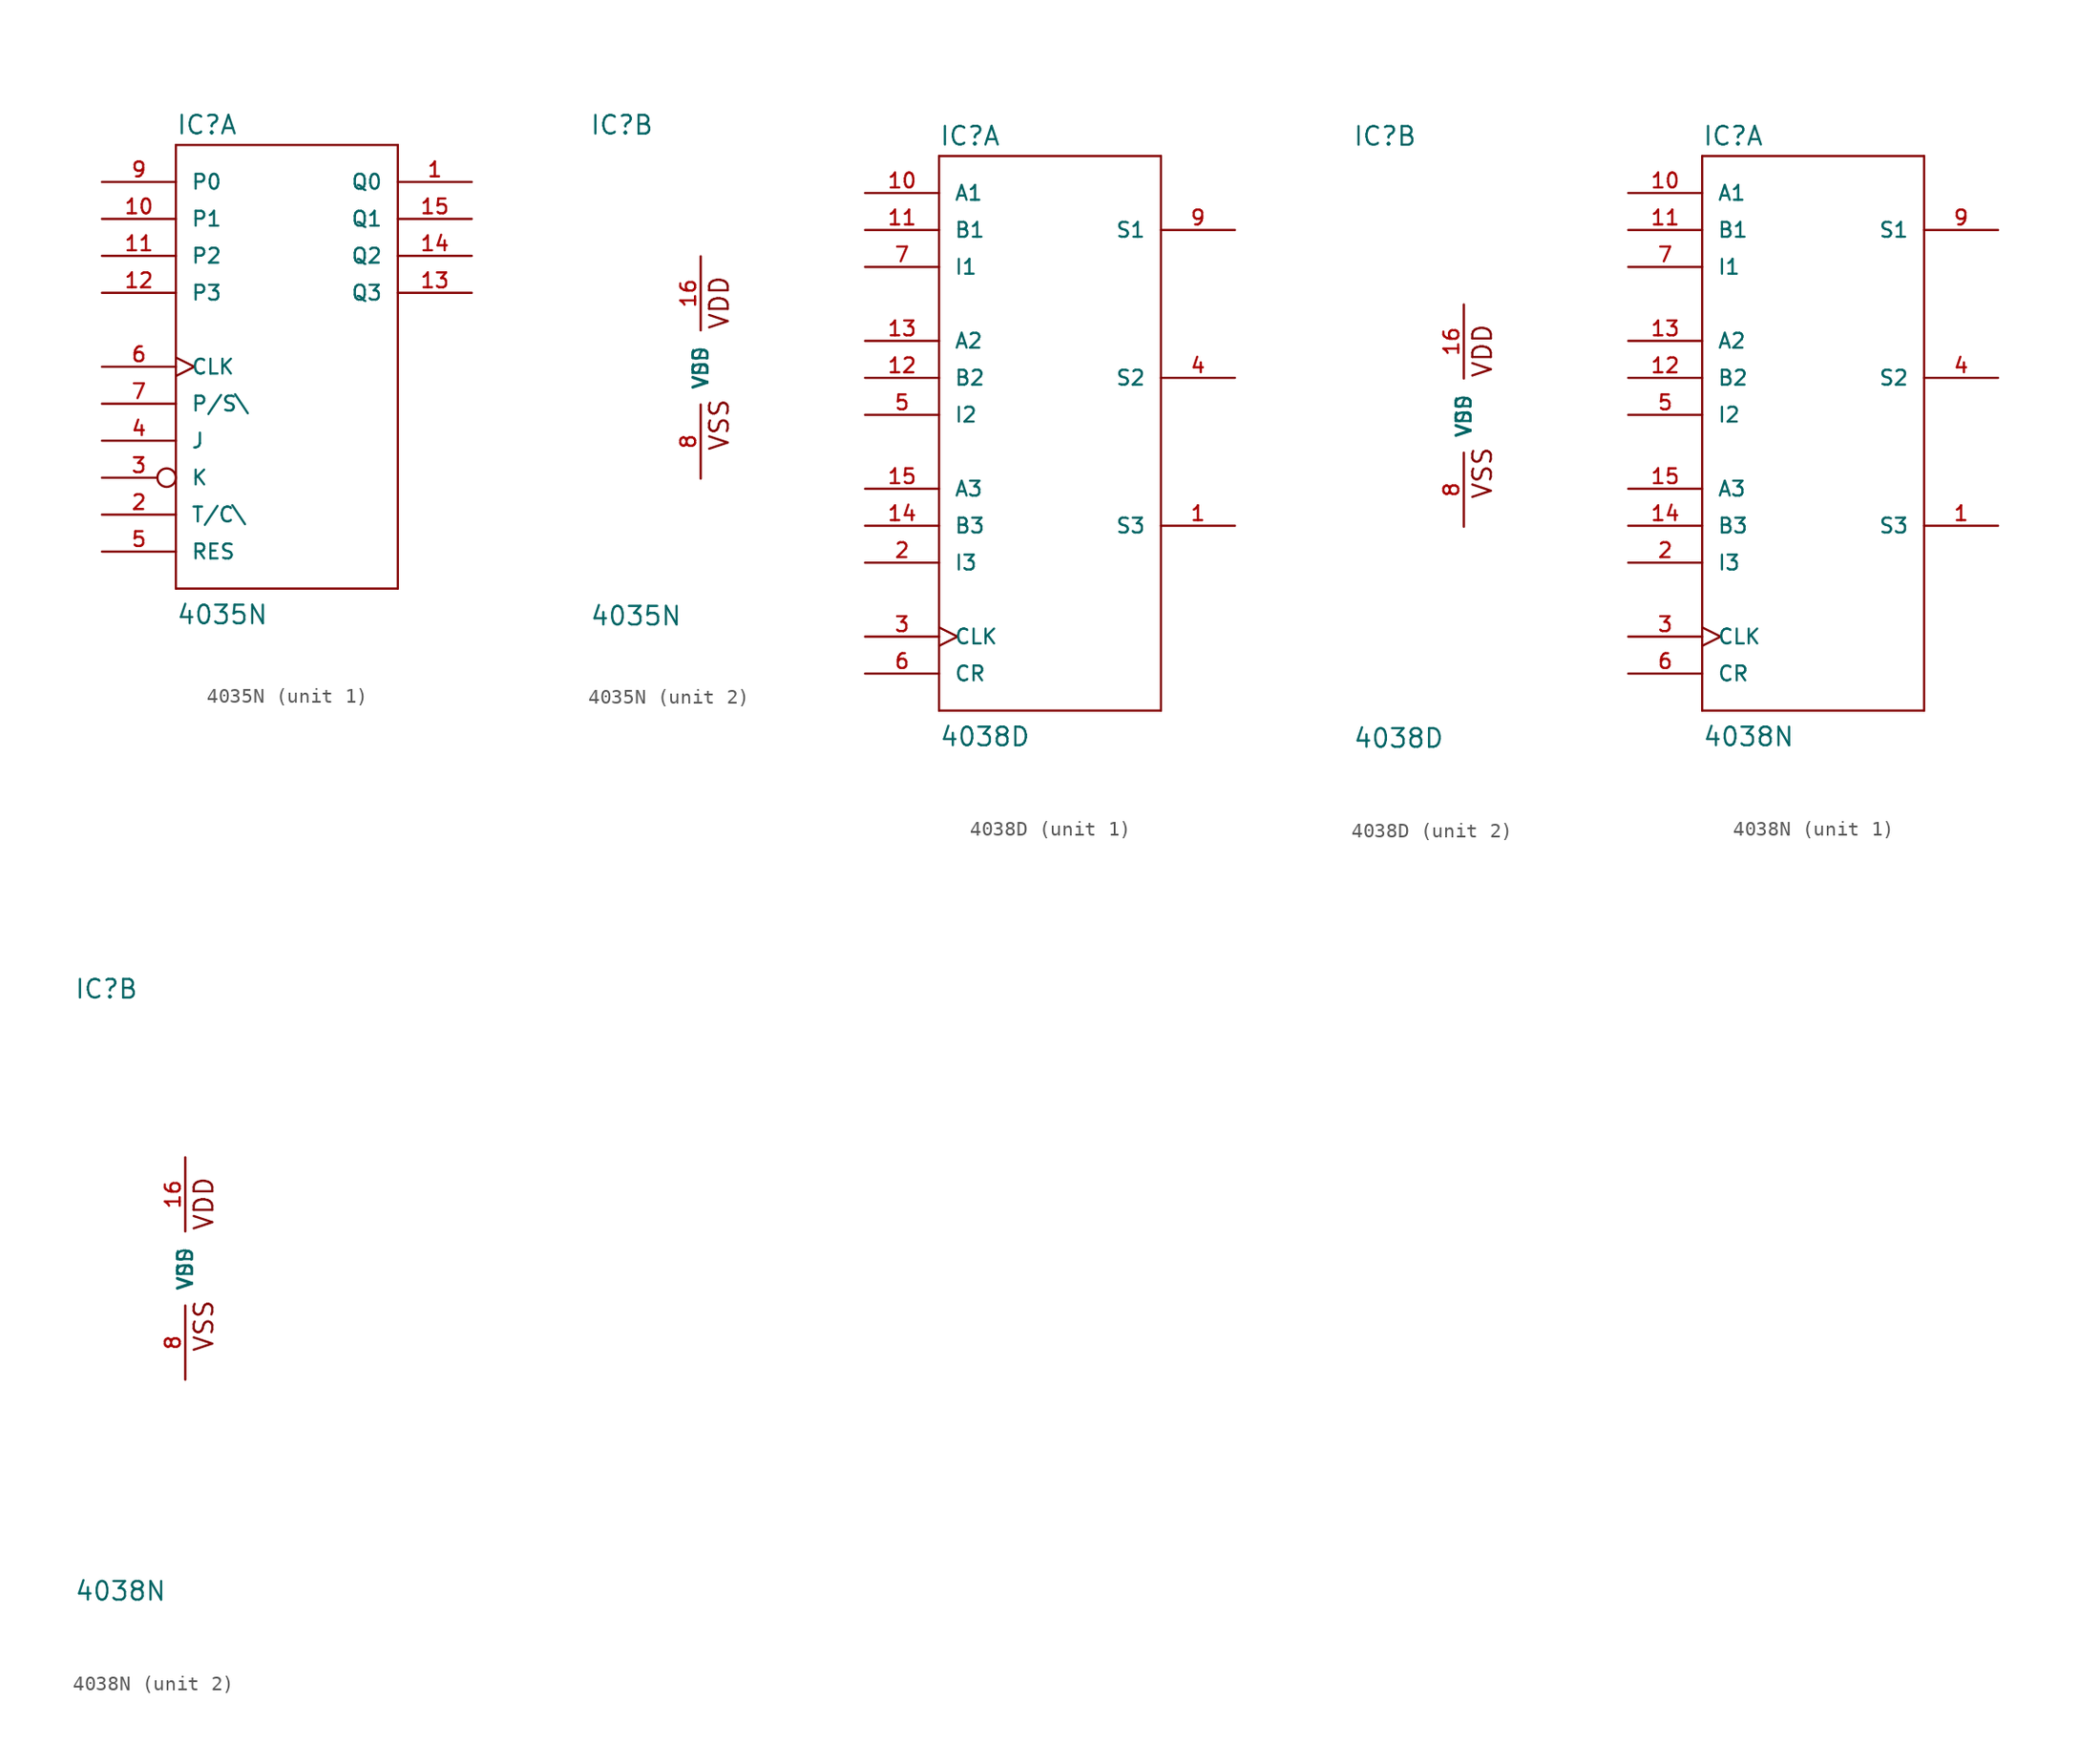
<source format=kicad_sym>
(kicad_symbol_lib
  (version 20211014)
  (generator kicad_symbol_editor)
  (symbol "4035N"
    (pin_names
      (offset 1.016))
    (property "Reference" "IC"
      (at -7.62 15.875 0)
      (effects (font (size 1.27 1.27)) (justify left bottom)))
    (property "Value" "4035N"
      (at -7.62 -17.78 0)
      (effects (font (size 1.27 1.27)) (justify left bottom)))
    (property "ki_locked" ""
      (at 0 0 0)
      (effects (font (size 1.27 1.27))))
    (symbol "4035N_1_0"
      (polyline (pts (xy -7.62 -15.24) (xy 7.62 -15.24)) (stroke (width 0) (type default) (color 0 0 0 0)) (fill (type none)))
      (polyline (pts (xy -7.62 15.24) (xy -7.62 -15.24)) (stroke (width 0) (type default) (color 0 0 0 0)) (fill (type none)))
      (polyline (pts (xy 7.62 -15.24) (xy 7.62 15.24)) (stroke (width 0) (type default) (color 0 0 0 0)) (fill (type none)))
      (polyline (pts (xy 7.62 15.24) (xy -7.62 15.24)) (stroke (width 0) (type default) (color 0 0 0 0)) (fill (type none))))
    (symbol "4035N_1_1"
      (pin output line (at 12.7 12.7 180) (length 5.08) (name "Q0" (effects (font (size 1.016 1.016)))) (number "1" (effects (font (size 1.016 1.016)))))
      (pin input line (at -12.7 10.16 0) (length 5.08) (name "P1" (effects (font (size 1.016 1.016)))) (number "10" (effects (font (size 1.016 1.016)))))
      (pin input line (at -12.7 7.62 0) (length 5.08) (name "P2" (effects (font (size 1.016 1.016)))) (number "11" (effects (font (size 1.016 1.016)))))
      (pin input line (at -12.7 5.08 0) (length 5.08) (name "P3" (effects (font (size 1.016 1.016)))) (number "12" (effects (font (size 1.016 1.016)))))
      (pin output line (at 12.7 5.08 180) (length 5.08) (name "Q3" (effects (font (size 1.016 1.016)))) (number "13" (effects (font (size 1.016 1.016)))))
      (pin output line (at 12.7 7.62 180) (length 5.08) (name "Q2" (effects (font (size 1.016 1.016)))) (number "14" (effects (font (size 1.016 1.016)))))
      (pin output line (at 12.7 10.16 180) (length 5.08) (name "Q1" (effects (font (size 1.016 1.016)))) (number "15" (effects (font (size 1.016 1.016)))))
      (pin input line (at -12.7 -10.16 0) (length 5.08) (name "T/C\\" (effects (font (size 1.016 1.016)))) (number "2" (effects (font (size 1.016 1.016)))))
      (pin input inverted (at -12.7 -7.62 0) (length 5.08) (name "K" (effects (font (size 1.016 1.016)))) (number "3" (effects (font (size 1.016 1.016)))))
      (pin input line (at -12.7 -5.08 0) (length 5.08) (name "J" (effects (font (size 1.016 1.016)))) (number "4" (effects (font (size 1.016 1.016)))))
      (pin input line (at -12.7 -12.7 0) (length 5.08) (name "RES" (effects (font (size 1.016 1.016)))) (number "5" (effects (font (size 1.016 1.016)))))
      (pin input clock (at -12.7 0 0) (length 5.08) (name "CLK" (effects (font (size 1.016 1.016)))) (number "6" (effects (font (size 1.016 1.016)))))
      (pin input line (at -12.7 -2.54 0) (length 5.08) (name "P/S\\" (effects (font (size 1.016 1.016)))) (number "7" (effects (font (size 1.016 1.016)))))
      (pin input line (at -12.7 12.7 0) (length 5.08) (name "P0" (effects (font (size 1.016 1.016)))) (number "9" (effects (font (size 1.016 1.016))))))
    (symbol "4035N_2_0"
      (text "VDD" (at 1.27 4.445 1) (effects (font (size 1.27 1.27))))
      (text "VSS" (at 1.27 -3.937 1) (effects (font (size 1.27 1.27)))))
    (symbol "4035N_2_1"
      (pin power_in line (at 0 7.62 270) (length 5.08) (name "VDD" (effects (font (size 1.016 1.016)))) (number "16" (effects (font (size 1.016 1.016)))))
      (pin power_in line (at 0 -7.62 90) (length 5.08) (name "VSS" (effects (font (size 1.016 1.016)))) (number "8" (effects (font (size 1.016 1.016)))))))
  (symbol "4038D"
    (pin_names
      (offset 1.016))
    (property "Reference" "IC"
      (at -7.62 18.415 0)
      (effects (font (size 1.27 1.27)) (justify left bottom)))
    (property "Value" "4038D"
      (at -7.62 -22.86 0)
      (effects (font (size 1.27 1.27)) (justify left bottom)))
    (property "ki_locked" ""
      (at 0 0 0)
      (effects (font (size 1.27 1.27))))
    (symbol "4038D_1_0"
      (polyline (pts (xy -7.62 -20.32) (xy 7.62 -20.32)) (stroke (width 0) (type default) (color 0 0 0 0)) (fill (type none)))
      (polyline (pts (xy -7.62 17.78) (xy -7.62 -20.32)) (stroke (width 0) (type default) (color 0 0 0 0)) (fill (type none)))
      (polyline (pts (xy 7.62 -20.32) (xy 7.62 17.78)) (stroke (width 0) (type default) (color 0 0 0 0)) (fill (type none)))
      (polyline (pts (xy 7.62 17.78) (xy -7.62 17.78)) (stroke (width 0) (type default) (color 0 0 0 0)) (fill (type none))))
    (symbol "4038D_1_1"
      (pin output line (at 12.7 -7.62 180) (length 5.08) (name "S3" (effects (font (size 1.016 1.016)))) (number "1" (effects (font (size 1.016 1.016)))))
      (pin input line (at -12.7 15.24 0) (length 5.08) (name "A1" (effects (font (size 1.016 1.016)))) (number "10" (effects (font (size 1.016 1.016)))))
      (pin input line (at -12.7 12.7 0) (length 5.08) (name "B1" (effects (font (size 1.016 1.016)))) (number "11" (effects (font (size 1.016 1.016)))))
      (pin input line (at -12.7 2.54 0) (length 5.08) (name "B2" (effects (font (size 1.016 1.016)))) (number "12" (effects (font (size 1.016 1.016)))))
      (pin input line (at -12.7 5.08 0) (length 5.08) (name "A2" (effects (font (size 1.016 1.016)))) (number "13" (effects (font (size 1.016 1.016)))))
      (pin input line (at -12.7 -7.62 0) (length 5.08) (name "B3" (effects (font (size 1.016 1.016)))) (number "14" (effects (font (size 1.016 1.016)))))
      (pin input line (at -12.7 -5.08 0) (length 5.08) (name "A3" (effects (font (size 1.016 1.016)))) (number "15" (effects (font (size 1.016 1.016)))))
      (pin input line (at -12.7 -10.16 0) (length 5.08) (name "I3" (effects (font (size 1.016 1.016)))) (number "2" (effects (font (size 1.016 1.016)))))
      (pin input clock (at -12.7 -15.24 0) (length 5.08) (name "CLK" (effects (font (size 1.016 1.016)))) (number "3" (effects (font (size 1.016 1.016)))))
      (pin output line (at 12.7 2.54 180) (length 5.08) (name "S2" (effects (font (size 1.016 1.016)))) (number "4" (effects (font (size 1.016 1.016)))))
      (pin input line (at -12.7 0 0) (length 5.08) (name "I2" (effects (font (size 1.016 1.016)))) (number "5" (effects (font (size 1.016 1.016)))))
      (pin input line (at -12.7 -17.78 0) (length 5.08) (name "CR" (effects (font (size 1.016 1.016)))) (number "6" (effects (font (size 1.016 1.016)))))
      (pin input line (at -12.7 10.16 0) (length 5.08) (name "I1" (effects (font (size 1.016 1.016)))) (number "7" (effects (font (size 1.016 1.016)))))
      (pin output line (at 12.7 12.7 180) (length 5.08) (name "S1" (effects (font (size 1.016 1.016)))) (number "9" (effects (font (size 1.016 1.016))))))
    (symbol "4038D_2_0"
      (text "VDD" (at 1.27 4.445 1) (effects (font (size 1.27 1.27))))
      (text "VSS" (at 1.27 -3.937 1) (effects (font (size 1.27 1.27)))))
    (symbol "4038D_2_1"
      (pin power_in line (at 0 7.62 270) (length 5.08) (name "VDD" (effects (font (size 1.016 1.016)))) (number "16" (effects (font (size 1.016 1.016)))))
      (pin power_in line (at 0 -7.62 90) (length 5.08) (name "VSS" (effects (font (size 1.016 1.016)))) (number "8" (effects (font (size 1.016 1.016)))))))
  (symbol "4038N"
    (pin_names
      (offset 1.016))
    (property "Reference" "IC"
      (at -7.62 18.415 0)
      (effects (font (size 1.27 1.27)) (justify left bottom)))
    (property "Value" "4038N"
      (at -7.62 -22.86 0)
      (effects (font (size 1.27 1.27)) (justify left bottom)))
    (property "ki_locked" ""
      (at 0 0 0)
      (effects (font (size 1.27 1.27))))
    (symbol "4038N_1_0"
      (polyline (pts (xy -7.62 -20.32) (xy 7.62 -20.32)) (stroke (width 0) (type default) (color 0 0 0 0)) (fill (type none)))
      (polyline (pts (xy -7.62 17.78) (xy -7.62 -20.32)) (stroke (width 0) (type default) (color 0 0 0 0)) (fill (type none)))
      (polyline (pts (xy 7.62 -20.32) (xy 7.62 17.78)) (stroke (width 0) (type default) (color 0 0 0 0)) (fill (type none)))
      (polyline (pts (xy 7.62 17.78) (xy -7.62 17.78)) (stroke (width 0) (type default) (color 0 0 0 0)) (fill (type none))))
    (symbol "4038N_1_1"
      (pin output line (at 12.7 -7.62 180) (length 5.08) (name "S3" (effects (font (size 1.016 1.016)))) (number "1" (effects (font (size 1.016 1.016)))))
      (pin input line (at -12.7 15.24 0) (length 5.08) (name "A1" (effects (font (size 1.016 1.016)))) (number "10" (effects (font (size 1.016 1.016)))))
      (pin input line (at -12.7 12.7 0) (length 5.08) (name "B1" (effects (font (size 1.016 1.016)))) (number "11" (effects (font (size 1.016 1.016)))))
      (pin input line (at -12.7 2.54 0) (length 5.08) (name "B2" (effects (font (size 1.016 1.016)))) (number "12" (effects (font (size 1.016 1.016)))))
      (pin input line (at -12.7 5.08 0) (length 5.08) (name "A2" (effects (font (size 1.016 1.016)))) (number "13" (effects (font (size 1.016 1.016)))))
      (pin input line (at -12.7 -7.62 0) (length 5.08) (name "B3" (effects (font (size 1.016 1.016)))) (number "14" (effects (font (size 1.016 1.016)))))
      (pin input line (at -12.7 -5.08 0) (length 5.08) (name "A3" (effects (font (size 1.016 1.016)))) (number "15" (effects (font (size 1.016 1.016)))))
      (pin input line (at -12.7 -10.16 0) (length 5.08) (name "I3" (effects (font (size 1.016 1.016)))) (number "2" (effects (font (size 1.016 1.016)))))
      (pin input clock (at -12.7 -15.24 0) (length 5.08) (name "CLK" (effects (font (size 1.016 1.016)))) (number "3" (effects (font (size 1.016 1.016)))))
      (pin output line (at 12.7 2.54 180) (length 5.08) (name "S2" (effects (font (size 1.016 1.016)))) (number "4" (effects (font (size 1.016 1.016)))))
      (pin input line (at -12.7 0 0) (length 5.08) (name "I2" (effects (font (size 1.016 1.016)))) (number "5" (effects (font (size 1.016 1.016)))))
      (pin input line (at -12.7 -17.78 0) (length 5.08) (name "CR" (effects (font (size 1.016 1.016)))) (number "6" (effects (font (size 1.016 1.016)))))
      (pin input line (at -12.7 10.16 0) (length 5.08) (name "I1" (effects (font (size 1.016 1.016)))) (number "7" (effects (font (size 1.016 1.016)))))
      (pin output line (at 12.7 12.7 180) (length 5.08) (name "S1" (effects (font (size 1.016 1.016)))) (number "9" (effects (font (size 1.016 1.016))))))
    (symbol "4038N_2_0"
      (text "VDD" (at 1.27 4.445 1) (effects (font (size 1.27 1.27))))
      (text "VSS" (at 1.27 -3.937 1) (effects (font (size 1.27 1.27)))))
    (symbol "4038N_2_1"
      (pin power_in line (at 0 7.62 270) (length 5.08) (name "VDD" (effects (font (size 1.016 1.016)))) (number "16" (effects (font (size 1.016 1.016)))))
      (pin power_in line (at 0 -7.62 90) (length 5.08) (name "VSS" (effects (font (size 1.016 1.016)))) (number "8" (effects (font (size 1.016 1.016))))))))
</source>
